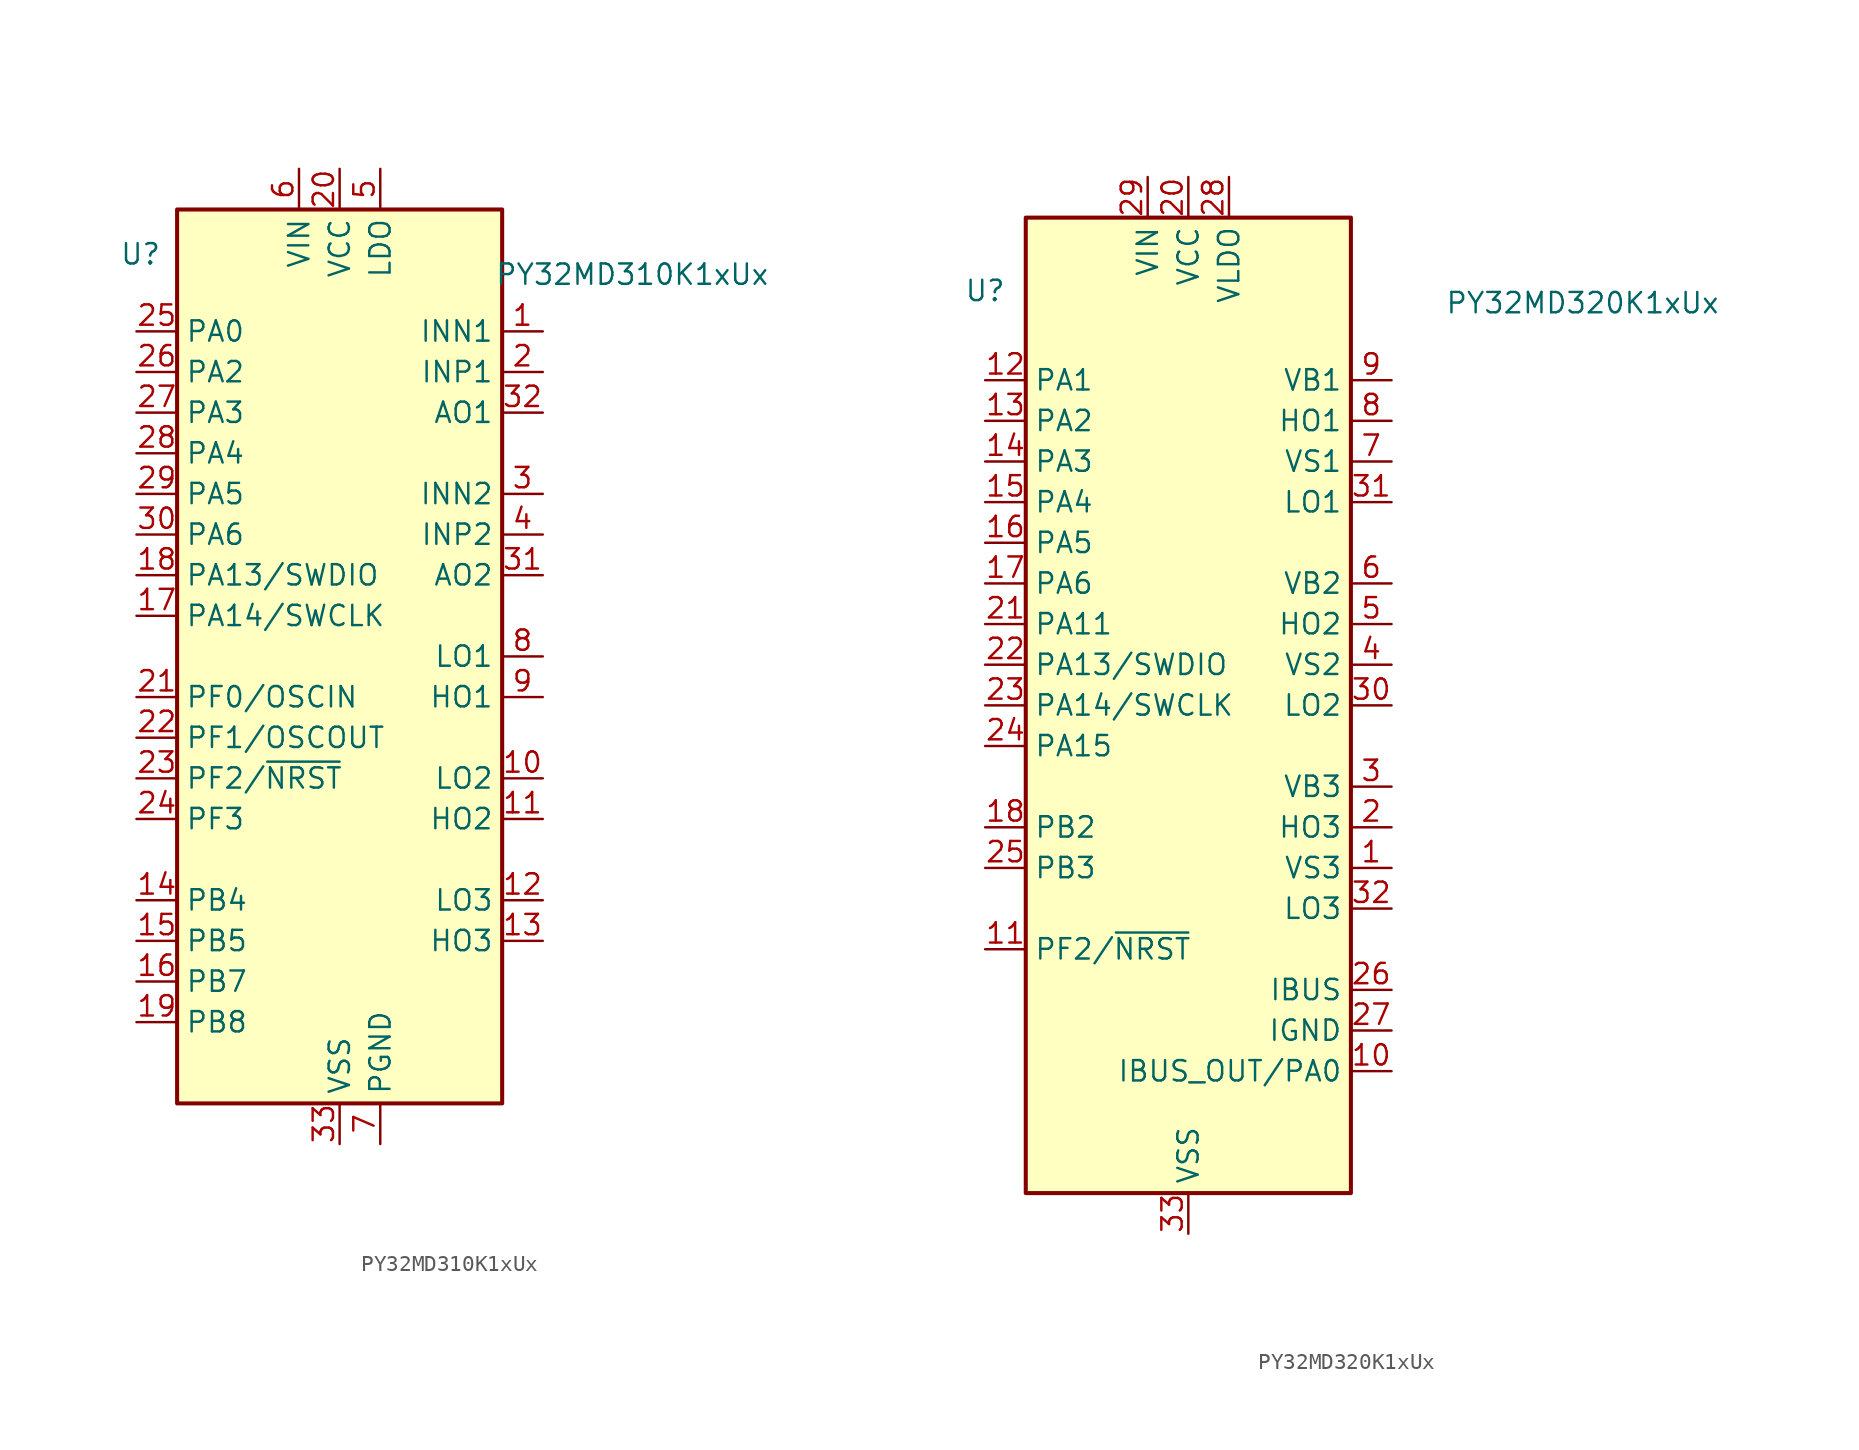
<source format=kicad_sym>
(kicad_symbol_lib
  (version 20231120)
  (generator "kicad_symbol_editor")
  (generator_version "8.0")
  (symbol "PY32MD310K1xUx"
    (property "Reference" "U"
      (at -12.446 25.146 0)
      (effects (font (size 1.27 1.27))))
    (property "Value" "PY32MD310K1xUx"
      (at 18.288 23.876 0)
      (effects (font (size 1.27 1.27))))
    (symbol "PY32MD310K1xUx_1_1"
      (rectangle (start -10.16 27.94) (end 10.16 -27.94) (stroke (width 0.254) (type default)) (fill (type background)))
      (pin input line (at 12.7 20.32 180) (length 2.54) (name "INN1" (effects (font (size 1.27 1.27)))) (number "1" (effects (font (size 1.27 1.27)))))
      (pin output line (at 12.7 -7.62 180) (length 2.54) (name "LO2" (effects (font (size 1.27 1.27)))) (number "10" (effects (font (size 1.27 1.27)))))
      (pin output line (at 12.7 -10.16 180) (length 2.54) (name "HO2" (effects (font (size 1.27 1.27)))) (number "11" (effects (font (size 1.27 1.27)))))
      (pin output line (at 12.7 -15.24 180) (length 2.54) (name "LO3" (effects (font (size 1.27 1.27)))) (number "12" (effects (font (size 1.27 1.27)))))
      (pin output line (at 12.7 -17.78 180) (length 2.54) (name "HO3" (effects (font (size 1.27 1.27)))) (number "13" (effects (font (size 1.27 1.27)))))
      (pin bidirectional line (at -12.7 -15.24 0) (length 2.54) (name "PB4" (effects (font (size 1.27 1.27)))) (number "14" (effects (font (size 1.27 1.27)))))
      (pin bidirectional line (at -12.7 -17.78 0) (length 2.54) (name "PB5" (effects (font (size 1.27 1.27)))) (number "15" (effects (font (size 1.27 1.27)))))
      (pin bidirectional line (at -12.7 -20.32 0) (length 2.54) (name "PB7" (effects (font (size 1.27 1.27)))) (number "16" (effects (font (size 1.27 1.27)))))
      (pin bidirectional line (at -12.7 2.54 0) (length 2.54) (name "PA14/SWCLK" (effects (font (size 1.27 1.27)))) (number "17" (effects (font (size 1.27 1.27)))))
      (pin bidirectional line (at -12.7 5.08 0) (length 2.54) (name "PA13/SWDIO" (effects (font (size 1.27 1.27)))) (number "18" (effects (font (size 1.27 1.27)))))
      (pin bidirectional line (at -12.7 -22.86 0) (length 2.54) (name "PB8" (effects (font (size 1.27 1.27)))) (number "19" (effects (font (size 1.27 1.27)))))
      (pin input line (at 12.7 17.78 180) (length 2.54) (name "INP1" (effects (font (size 1.27 1.27)))) (number "2" (effects (font (size 1.27 1.27)))))
      (pin power_in line (at 0 30.48 270) (length 2.54) (name "VCC" (effects (font (size 1.27 1.27)))) (number "20" (effects (font (size 1.27 1.27)))))
      (pin bidirectional line (at -12.7 -2.54 0) (length 2.54) (name "PF0/OSCIN" (effects (font (size 1.27 1.27)))) (number "21" (effects (font (size 1.27 1.27)))))
      (pin bidirectional line (at -12.7 -5.08 0) (length 2.54) (name "PF1/OSCOUT" (effects (font (size 1.27 1.27)))) (number "22" (effects (font (size 1.27 1.27)))))
      (pin bidirectional line (at -12.7 -7.62 0) (length 2.54) (name "PF2/~{NRST}" (effects (font (size 1.27 1.27)))) (number "23" (effects (font (size 1.27 1.27)))))
      (pin bidirectional line (at -12.7 -10.16 0) (length 2.54) (name "PF3" (effects (font (size 1.27 1.27)))) (number "24" (effects (font (size 1.27 1.27)))))
      (pin bidirectional line (at -12.7 20.32 0) (length 2.54) (name "PA0" (effects (font (size 1.27 1.27)))) (number "25" (effects (font (size 1.27 1.27)))))
      (pin bidirectional line (at -12.7 17.78 0) (length 2.54) (name "PA2" (effects (font (size 1.27 1.27)))) (number "26" (effects (font (size 1.27 1.27)))))
      (pin bidirectional line (at -12.7 15.24 0) (length 2.54) (name "PA3" (effects (font (size 1.27 1.27)))) (number "27" (effects (font (size 1.27 1.27)))))
      (pin bidirectional line (at -12.7 12.7 0) (length 2.54) (name "PA4" (effects (font (size 1.27 1.27)))) (number "28" (effects (font (size 1.27 1.27)))))
      (pin bidirectional line (at -12.7 10.16 0) (length 2.54) (name "PA5" (effects (font (size 1.27 1.27)))) (number "29" (effects (font (size 1.27 1.27)))))
      (pin input line (at 12.7 10.16 180) (length 2.54) (name "INN2" (effects (font (size 1.27 1.27)))) (number "3" (effects (font (size 1.27 1.27)))))
      (pin bidirectional line (at -12.7 7.62 0) (length 2.54) (name "PA6" (effects (font (size 1.27 1.27)))) (number "30" (effects (font (size 1.27 1.27)))))
      (pin output line (at 12.7 5.08 180) (length 2.54) (name "AO2" (effects (font (size 1.27 1.27)))) (number "31" (effects (font (size 1.27 1.27)))))
      (pin output line (at 12.7 15.24 180) (length 2.54) (name "AO1" (effects (font (size 1.27 1.27)))) (number "32" (effects (font (size 1.27 1.27)))))
      (pin power_in line (at 0 -30.48 90) (length 2.54) (name "VSS" (effects (font (size 1.27 1.27)))) (number "33" (effects (font (size 1.27 1.27)))))
      (pin input line (at 12.7 7.62 180) (length 2.54) (name "INP2" (effects (font (size 1.27 1.27)))) (number "4" (effects (font (size 1.27 1.27)))))
      (pin power_out line (at 2.54 30.48 270) (length 2.54) (name "LDO" (effects (font (size 1.27 1.27)))) (number "5" (effects (font (size 1.27 1.27)))))
      (pin power_in line (at -2.54 30.48 270) (length 2.54) (name "VIN" (effects (font (size 1.27 1.27)))) (number "6" (effects (font (size 1.27 1.27)))))
      (pin power_in line (at 2.54 -30.48 90) (length 2.54) (name "PGND" (effects (font (size 1.27 1.27)))) (number "7" (effects (font (size 1.27 1.27)))))
      (pin output line (at 12.7 0 180) (length 2.54) (name "LO1" (effects (font (size 1.27 1.27)))) (number "8" (effects (font (size 1.27 1.27)))))
      (pin output line (at 12.7 -2.54 180) (length 2.54) (name "HO1" (effects (font (size 1.27 1.27)))) (number "9" (effects (font (size 1.27 1.27)))))))
  (symbol "PY32MD320K1xUx"
    (property "Reference" "U"
      (at -12.7 25.908 0)
      (effects (font (size 1.27 1.27))))
    (property "Value" "PY32MD320K1xUx"
      (at 24.638 25.146 0)
      (effects (font (size 1.27 1.27))))
    (symbol "PY32MD320K1xUx_1_1"
      (rectangle (start -10.16 30.48) (end 10.16 -30.48) (stroke (width 0.254) (type default)) (fill (type background)))
      (pin bidirectional line (at 12.7 -10.16 180) (length 2.54) (name "VS3" (effects (font (size 1.27 1.27)))) (number "1" (effects (font (size 1.27 1.27)))))
      (pin bidirectional line (at 12.7 -22.86 180) (length 2.54) (name "IBUS_OUT/PA0" (effects (font (size 1.27 1.27)))) (number "10" (effects (font (size 1.27 1.27)))))
      (pin bidirectional line (at -12.7 -15.24 0) (length 2.54) (name "PF2/~{NRST}" (effects (font (size 1.27 1.27)))) (number "11" (effects (font (size 1.27 1.27)))))
      (pin bidirectional line (at -12.7 20.32 0) (length 2.54) (name "PA1" (effects (font (size 1.27 1.27)))) (number "12" (effects (font (size 1.27 1.27)))))
      (pin bidirectional line (at -12.7 17.78 0) (length 2.54) (name "PA2" (effects (font (size 1.27 1.27)))) (number "13" (effects (font (size 1.27 1.27)))))
      (pin bidirectional line (at -12.7 15.24 0) (length 2.54) (name "PA3" (effects (font (size 1.27 1.27)))) (number "14" (effects (font (size 1.27 1.27)))))
      (pin bidirectional line (at -12.7 12.7 0) (length 2.54) (name "PA4" (effects (font (size 1.27 1.27)))) (number "15" (effects (font (size 1.27 1.27)))))
      (pin bidirectional line (at -12.7 10.16 0) (length 2.54) (name "PA5" (effects (font (size 1.27 1.27)))) (number "16" (effects (font (size 1.27 1.27)))))
      (pin bidirectional line (at -12.7 7.62 0) (length 2.54) (name "PA6" (effects (font (size 1.27 1.27)))) (number "17" (effects (font (size 1.27 1.27)))))
      (pin bidirectional line (at -12.7 -7.62 0) (length 2.54) (name "PB2" (effects (font (size 1.27 1.27)))) (number "18" (effects (font (size 1.27 1.27)))))
      (pin no_connect line (at 10.16 -25.4 180) (length 2.54) hide (name "NC" (effects (font (size 1.27 1.27)))) (number "19" (effects (font (size 1.27 1.27)))))
      (pin output line (at 12.7 -7.62 180) (length 2.54) (name "HO3" (effects (font (size 1.27 1.27)))) (number "2" (effects (font (size 1.27 1.27)))))
      (pin power_in line (at 0 33.02 270) (length 2.54) (name "VCC" (effects (font (size 1.27 1.27)))) (number "20" (effects (font (size 1.27 1.27)))))
      (pin bidirectional line (at -12.7 5.08 0) (length 2.54) (name "PA11" (effects (font (size 1.27 1.27)))) (number "21" (effects (font (size 1.27 1.27)))))
      (pin bidirectional line (at -12.7 2.54 0) (length 2.54) (name "PA13/SWDIO" (effects (font (size 1.27 1.27)))) (number "22" (effects (font (size 1.27 1.27)))))
      (pin bidirectional line (at -12.7 0 0) (length 2.54) (name "PA14/SWCLK" (effects (font (size 1.27 1.27)))) (number "23" (effects (font (size 1.27 1.27)))))
      (pin bidirectional line (at -12.7 -2.54 0) (length 2.54) (name "PA15" (effects (font (size 1.27 1.27)))) (number "24" (effects (font (size 1.27 1.27)))))
      (pin bidirectional line (at -12.7 -10.16 0) (length 2.54) (name "PB3" (effects (font (size 1.27 1.27)))) (number "25" (effects (font (size 1.27 1.27)))))
      (pin input line (at 12.7 -17.78 180) (length 2.54) (name "IBUS" (effects (font (size 1.27 1.27)))) (number "26" (effects (font (size 1.27 1.27)))))
      (pin output line (at 12.7 -20.32 180) (length 2.54) (name "IGND" (effects (font (size 1.27 1.27)))) (number "27" (effects (font (size 1.27 1.27)))))
      (pin power_out line (at 2.54 33.02 270) (length 2.54) (name "VLDO" (effects (font (size 1.27 1.27)))) (number "28" (effects (font (size 1.27 1.27)))))
      (pin power_in line (at -2.54 33.02 270) (length 2.54) (name "VIN" (effects (font (size 1.27 1.27)))) (number "29" (effects (font (size 1.27 1.27)))))
      (pin bidirectional line (at 12.7 -5.08 180) (length 2.54) (name "VB3" (effects (font (size 1.27 1.27)))) (number "3" (effects (font (size 1.27 1.27)))))
      (pin output line (at 12.7 0 180) (length 2.54) (name "LO2" (effects (font (size 1.27 1.27)))) (number "30" (effects (font (size 1.27 1.27)))))
      (pin output line (at 12.7 12.7 180) (length 2.54) (name "LO1" (effects (font (size 1.27 1.27)))) (number "31" (effects (font (size 1.27 1.27)))))
      (pin output line (at 12.7 -12.7 180) (length 2.54) (name "LO3" (effects (font (size 1.27 1.27)))) (number "32" (effects (font (size 1.27 1.27)))))
      (pin power_in line (at 0 -33.02 90) (length 2.54) (name "VSS" (effects (font (size 1.27 1.27)))) (number "33" (effects (font (size 1.27 1.27)))))
      (pin bidirectional line (at 12.7 2.54 180) (length 2.54) (name "VS2" (effects (font (size 1.27 1.27)))) (number "4" (effects (font (size 1.27 1.27)))))
      (pin output line (at 12.7 5.08 180) (length 2.54) (name "HO2" (effects (font (size 1.27 1.27)))) (number "5" (effects (font (size 1.27 1.27)))))
      (pin bidirectional line (at 12.7 7.62 180) (length 2.54) (name "VB2" (effects (font (size 1.27 1.27)))) (number "6" (effects (font (size 1.27 1.27)))))
      (pin bidirectional line (at 12.7 15.24 180) (length 2.54) (name "VS1" (effects (font (size 1.27 1.27)))) (number "7" (effects (font (size 1.27 1.27)))))
      (pin output line (at 12.7 17.78 180) (length 2.54) (name "HO1" (effects (font (size 1.27 1.27)))) (number "8" (effects (font (size 1.27 1.27)))))
      (pin bidirectional line (at 12.7 20.32 180) (length 2.54) (name "VB1" (effects (font (size 1.27 1.27)))) (number "9" (effects (font (size 1.27 1.27))))))))
</source>
